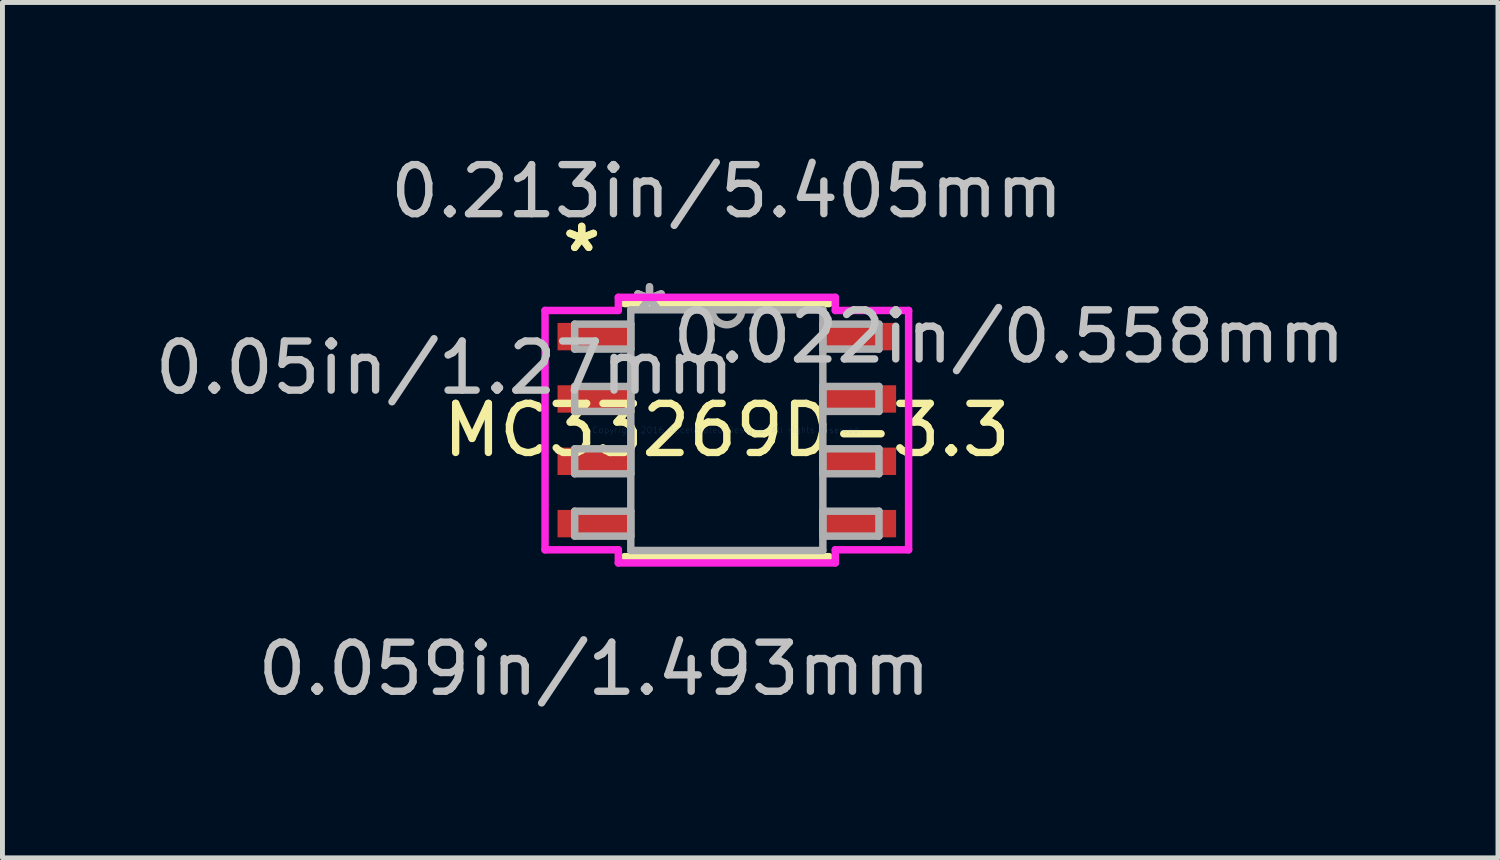
<source format=kicad_pcb>
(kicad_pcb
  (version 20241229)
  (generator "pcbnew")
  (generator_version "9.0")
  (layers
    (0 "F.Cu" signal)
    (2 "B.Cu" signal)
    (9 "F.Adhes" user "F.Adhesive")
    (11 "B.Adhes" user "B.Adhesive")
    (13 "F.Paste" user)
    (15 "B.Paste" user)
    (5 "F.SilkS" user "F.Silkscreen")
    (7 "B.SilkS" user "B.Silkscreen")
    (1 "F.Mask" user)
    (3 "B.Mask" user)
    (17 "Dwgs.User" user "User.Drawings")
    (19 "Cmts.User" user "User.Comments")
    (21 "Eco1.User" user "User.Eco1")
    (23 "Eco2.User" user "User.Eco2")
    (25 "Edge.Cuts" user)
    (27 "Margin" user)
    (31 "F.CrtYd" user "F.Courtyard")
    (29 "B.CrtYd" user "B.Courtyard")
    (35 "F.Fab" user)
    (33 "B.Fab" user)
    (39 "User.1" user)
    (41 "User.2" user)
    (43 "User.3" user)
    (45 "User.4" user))
  (footprint "MC33269D-3.3"
    (layer "F.Cu")
    (at 11.756 5.712)
    (property "Reference" "MC33269D-3.3" (at 0 0 0) (layer "F.SilkS") (effects (font (size 1 1) (thickness 0.15))))
    (attr through_hole)
    (fp_line (start -2.083 2.578) (end 2.083 2.578) (stroke (width 0.152) (type solid)) (layer "F.SilkS"))
    (fp_line (start 2.083 -2.578) (end -2.083 -2.578) (stroke (width 0.152) (type solid)) (layer "F.SilkS"))
    (fp_line (start -3.703 -2.438) (end -2.21 -2.438) (stroke (width 0.152) (type solid)) (layer "F.CrtYd"))
    (fp_line (start -3.703 2.438) (end -3.703 -2.438) (stroke (width 0.152) (type solid)) (layer "F.CrtYd"))
    (fp_line (start -2.21 -2.705) (end 2.21 -2.705) (stroke (width 0.152) (type solid)) (layer "F.CrtYd"))
    (fp_line (start -2.21 -2.438) (end -2.21 -2.705) (stroke (width 0.152) (type solid)) (layer "F.CrtYd"))
    (fp_line (start -2.21 2.438) (end -3.703 2.438) (stroke (width 0.152) (type solid)) (layer "F.CrtYd"))
    (fp_line (start -2.21 2.705) (end -2.21 2.438) (stroke (width 0.152) (type solid)) (layer "F.CrtYd"))
    (fp_line (start 2.21 -2.705) (end 2.21 -2.438) (stroke (width 0.152) (type solid)) (layer "F.CrtYd"))
    (fp_line (start 2.21 -2.438) (end 3.703 -2.438) (stroke (width 0.152) (type solid)) (layer "F.CrtYd"))
    (fp_line (start 2.21 2.438) (end 2.21 2.705) (stroke (width 0.152) (type solid)) (layer "F.CrtYd"))
    (fp_line (start 2.21 2.705) (end -2.21 2.705) (stroke (width 0.152) (type solid)) (layer "F.CrtYd"))
    (fp_line (start 3.703 -2.438) (end 3.703 2.438) (stroke (width 0.152) (type solid)) (layer "F.CrtYd"))
    (fp_line (start 3.703 2.438) (end 2.21 2.438) (stroke (width 0.152) (type solid)) (layer "F.CrtYd"))
    (fp_line (start -3.099 -2.159) (end -3.099 -1.651) (stroke (width 0.152) (type solid)) (layer "F.Fab"))
    (fp_line (start -3.099 -1.651) (end -1.956 -1.651) (stroke (width 0.152) (type solid)) (layer "F.Fab"))
    (fp_line (start -3.099 -0.889) (end -3.099 -0.381) (stroke (width 0.152) (type solid)) (layer "F.Fab"))
    (fp_line (start -3.099 -0.381) (end -1.956 -0.381) (stroke (width 0.152) (type solid)) (layer "F.Fab"))
    (fp_line (start -3.099 0.381) (end -3.099 0.889) (stroke (width 0.152) (type solid)) (layer "F.Fab"))
    (fp_line (start -3.099 0.889) (end -1.956 0.889) (stroke (width 0.152) (type solid)) (layer "F.Fab"))
    (fp_line (start -3.099 1.651) (end -3.099 2.159) (stroke (width 0.152) (type solid)) (layer "F.Fab"))
    (fp_line (start -3.099 2.159) (end -1.956 2.159) (stroke (width 0.152) (type solid)) (layer "F.Fab"))
    (fp_line (start -1.956 -2.451) (end -1.956 2.451) (stroke (width 0.152) (type solid)) (layer "F.Fab"))
    (fp_line (start -1.956 -2.159) (end -3.099 -2.159) (stroke (width 0.152) (type solid)) (layer "F.Fab"))
    (fp_line (start -1.956 -1.651) (end -1.956 -2.159) (stroke (width 0.152) (type solid)) (layer "F.Fab"))
    (fp_line (start -1.956 -0.889) (end -3.099 -0.889) (stroke (width 0.152) (type solid)) (layer "F.Fab"))
    (fp_line (start -1.956 -0.381) (end -1.956 -0.889) (stroke (width 0.152) (type solid)) (layer "F.Fab"))
    (fp_line (start -1.956 0.381) (end -3.099 0.381) (stroke (width 0.152) (type solid)) (layer "F.Fab"))
    (fp_line (start -1.956 0.889) (end -1.956 0.381) (stroke (width 0.152) (type solid)) (layer "F.Fab"))
    (fp_line (start -1.956 1.651) (end -3.099 1.651) (stroke (width 0.152) (type solid)) (layer "F.Fab"))
    (fp_line (start -1.956 2.159) (end -1.956 1.651) (stroke (width 0.152) (type solid)) (layer "F.Fab"))
    (fp_line (start -1.956 2.451) (end 1.956 2.451) (stroke (width 0.152) (type solid)) (layer "F.Fab"))
    (fp_line (start 1.956 -2.451) (end -1.956 -2.451) (stroke (width 0.152) (type solid)) (layer "F.Fab"))
    (fp_line (start 1.956 -2.159) (end 1.956 -1.651) (stroke (width 0.152) (type solid)) (layer "F.Fab"))
    (fp_line (start 1.956 -1.651) (end 3.099 -1.651) (stroke (width 0.152) (type solid)) (layer "F.Fab"))
    (fp_line (start 1.956 -0.889) (end 1.956 -0.381) (stroke (width 0.152) (type solid)) (layer "F.Fab"))
    (fp_line (start 1.956 -0.381) (end 3.099 -0.381) (stroke (width 0.152) (type solid)) (layer "F.Fab"))
    (fp_line (start 1.956 0.381) (end 1.956 0.889) (stroke (width 0.152) (type solid)) (layer "F.Fab"))
    (fp_line (start 1.956 0.889) (end 3.099 0.889) (stroke (width 0.152) (type solid)) (layer "F.Fab"))
    (fp_line (start 1.956 1.651) (end 1.956 2.159) (stroke (width 0.152) (type solid)) (layer "F.Fab"))
    (fp_line (start 1.956 2.159) (end 3.099 2.159) (stroke (width 0.152) (type solid)) (layer "F.Fab"))
    (fp_line (start 1.956 2.451) (end 1.956 -2.451) (stroke (width 0.152) (type solid)) (layer "F.Fab"))
    (fp_line (start 3.099 -2.159) (end 1.956 -2.159) (stroke (width 0.152) (type solid)) (layer "F.Fab"))
    (fp_line (start 3.099 -1.651) (end 3.099 -2.159) (stroke (width 0.152) (type solid)) (layer "F.Fab"))
    (fp_line (start 3.099 -0.889) (end 1.956 -0.889) (stroke (width 0.152) (type solid)) (layer "F.Fab"))
    (fp_line (start 3.099 -0.381) (end 3.099 -0.889) (stroke (width 0.152) (type solid)) (layer "F.Fab"))
    (fp_line (start 3.099 0.381) (end 1.956 0.381) (stroke (width 0.152) (type solid)) (layer "F.Fab"))
    (fp_line (start 3.099 0.889) (end 3.099 0.381) (stroke (width 0.152) (type solid)) (layer "F.Fab"))
    (fp_line (start 3.099 1.651) (end 1.956 1.651) (stroke (width 0.152) (type solid)) (layer "F.Fab"))
    (fp_line (start 3.099 2.159) (end 3.099 1.651) (stroke (width 0.152) (type solid)) (layer "F.Fab"))
    (fp_arc (start 0.3048 -2.4511) (mid 0 -2.1463) (end -0.3048 -2.4511) (stroke (width 0.1524) (type solid)) (layer "F.Fab"))
    (fp_text user "*" (at -2.956 -3.606 0) (layer "F.SilkS") (effects (font (size 1 1) (thickness 0.15))))
    (fp_text user "*" (at -2.956 -3.606 0) (layer "F.SilkS") (effects (font (size 1 1) (thickness 0.15))))
    (fp_text user "0.059in/1.493mm" (at -2.702 4.864 0) (layer "Dwgs.User") (effects (font (size 1 1) (thickness 0.15))))
    (fp_text user "0.213in/5.405mm" (at 0 -4.864 0) (layer "Dwgs.User") (effects (font (size 1 1) (thickness 0.15))))
    (fp_text user "0.022in/0.558mm" (at 5.75 -1.905 0) (layer "Dwgs.User") (effects (font (size 1 1) (thickness 0.15))))
    (fp_text user "0.05in/1.27mm" (at -5.75 -1.27 0) (layer "Dwgs.User") (effects (font (size 1 1) (thickness 0.15))))
    (fp_text user "Copyright 2016 Accelerated Designs. All rights reserved." (at 0 0 0) (layer "Cmts.User") (effects (font (size 0.127 0.127) (thickness 0.002))))
    (fp_text user "*" (at -1.575 -2.375 0) (layer "F.Fab") (effects (font (size 1 1) (thickness 0.15))))
    (fp_text user "*" (at -1.575 -2.375 0) (layer "F.Fab") (effects (font (size 1 1) (thickness 0.15))))
    (pad "1" smd rect (at -2.702 -1.905) (size 1.493 0.558) (layers "F.Cu" "F.Mask" "F.Paste"))
    (pad "2" smd rect (at -2.702 -0.635) (size 1.493 0.558) (layers "F.Cu" "F.Mask" "F.Paste"))
    (pad "3" smd rect (at -2.702 0.635) (size 1.493 0.558) (layers "F.Cu" "F.Mask" "F.Paste"))
    (pad "4" smd rect (at -2.702 1.905) (size 1.493 0.558) (layers "F.Cu" "F.Mask" "F.Paste"))
    (pad "5" smd rect (at 2.702 1.905) (size 1.493 0.558) (layers "F.Cu" "F.Mask" "F.Paste"))
    (pad "6" smd rect (at 2.702 0.635) (size 1.493 0.558) (layers "F.Cu" "F.Mask" "F.Paste"))
    (pad "7" smd rect (at 2.702 -0.635) (size 1.493 0.558) (layers "F.Cu" "F.Mask" "F.Paste"))
    (pad "8" smd rect (at 2.702 -1.905) (size 1.493 0.558) (layers "F.Cu" "F.Mask" "F.Paste")))
  (gr_rect
    (start -3 -3)
    (end 27.465 14.425)
    (stroke (width 0.1) (type default))
    (fill no)
    (layer "Edge.Cuts")))
</source>
